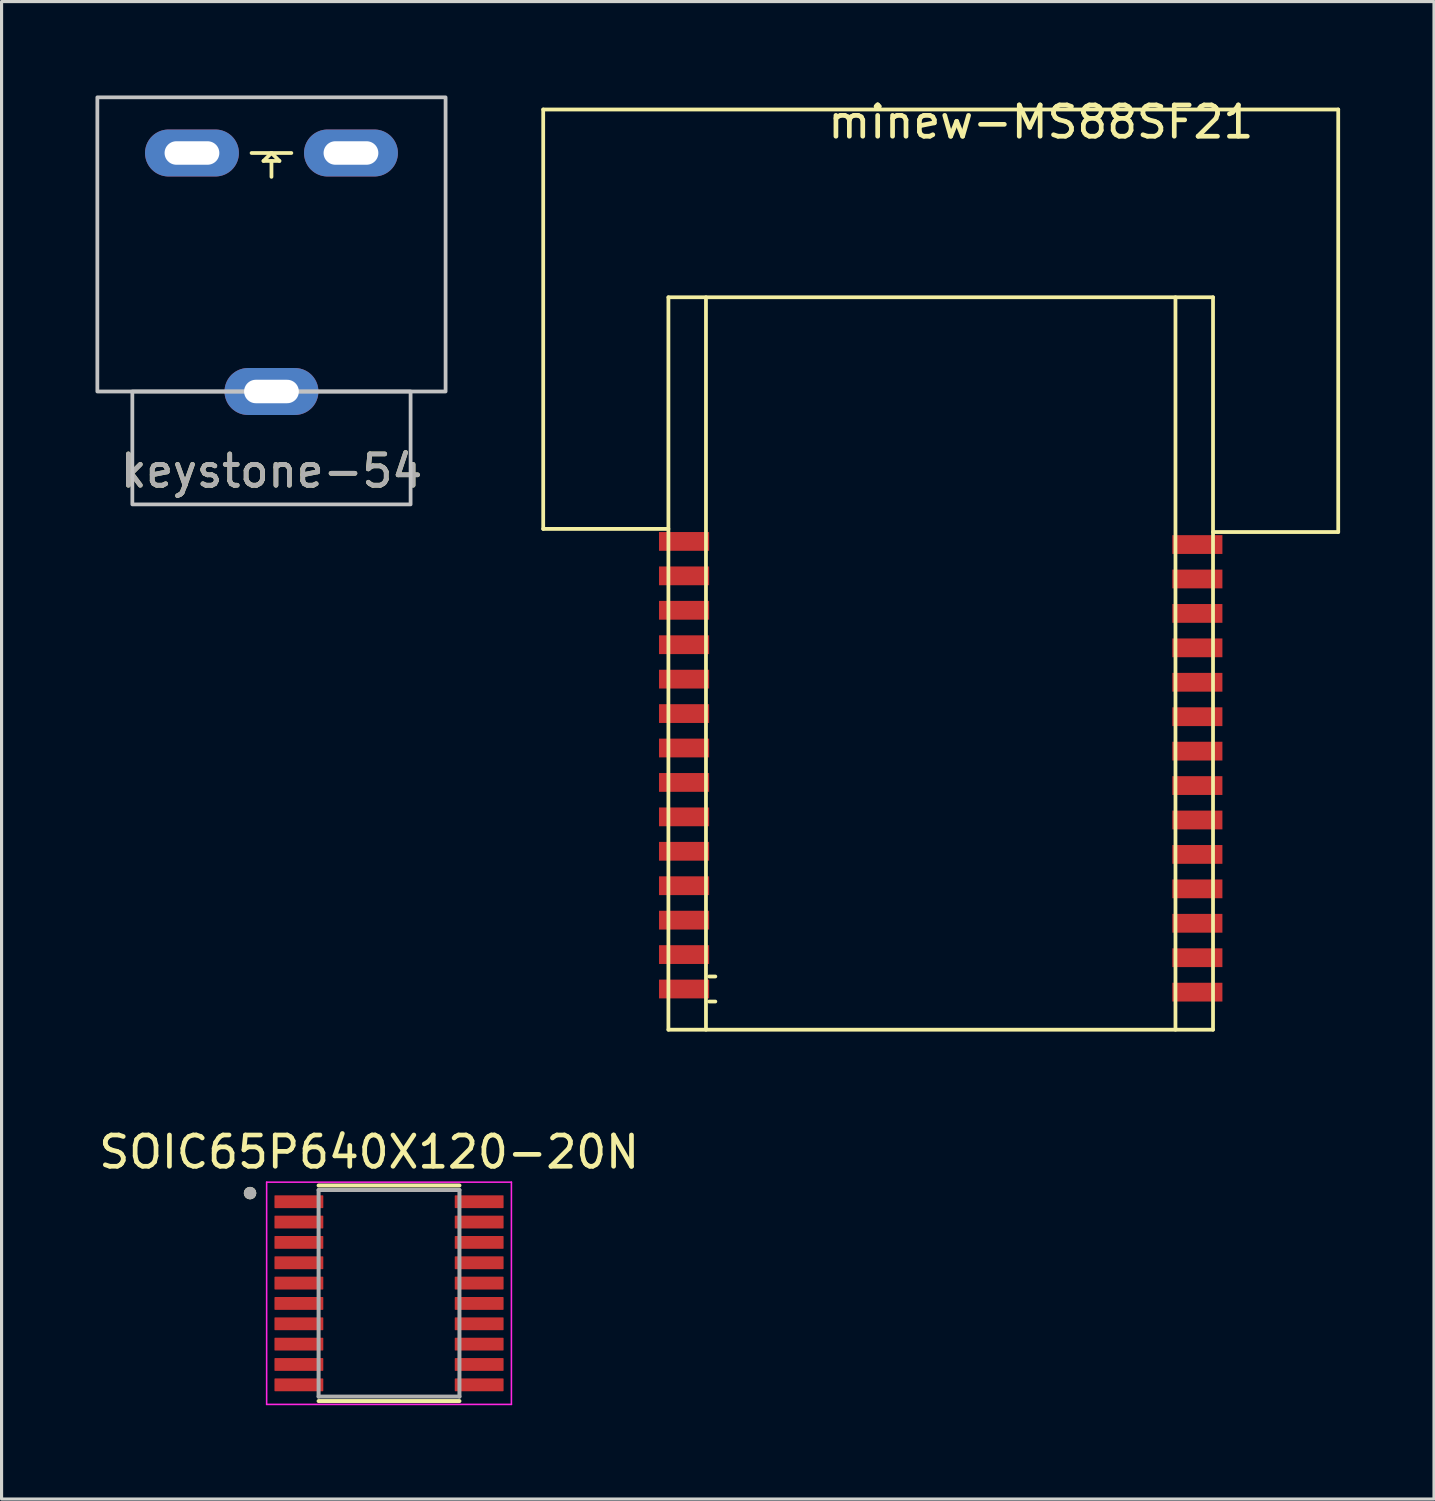
<source format=kicad_pcb>
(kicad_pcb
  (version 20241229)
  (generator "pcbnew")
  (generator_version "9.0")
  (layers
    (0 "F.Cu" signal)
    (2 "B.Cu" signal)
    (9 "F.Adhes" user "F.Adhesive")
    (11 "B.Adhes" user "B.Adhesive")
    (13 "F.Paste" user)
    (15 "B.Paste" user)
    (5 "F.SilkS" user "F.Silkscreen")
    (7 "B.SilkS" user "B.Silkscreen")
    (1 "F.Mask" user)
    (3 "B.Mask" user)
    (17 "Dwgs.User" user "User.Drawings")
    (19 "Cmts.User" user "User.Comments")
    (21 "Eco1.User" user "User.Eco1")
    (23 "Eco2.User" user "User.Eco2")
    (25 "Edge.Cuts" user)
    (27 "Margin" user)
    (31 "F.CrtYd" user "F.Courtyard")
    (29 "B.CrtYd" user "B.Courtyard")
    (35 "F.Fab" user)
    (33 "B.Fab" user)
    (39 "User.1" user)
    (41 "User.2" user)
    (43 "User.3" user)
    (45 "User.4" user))
  (footprint "keystone-54"
    (layer "F.Cu")
    (at 5.623 1.838)
    (property "Reference" "keystone-54" (at 0 10.16 0) (unlocked yes) (layer "F.SilkS") (effects (font (size 1 1) (thickness 0.15))))
    (attr through_hole)
    (fp_line (start -0.635 0) (end 0.635 0) (stroke (width 0.12) (type solid)) (layer "F.SilkS"))
    (fp_line (start -0.254 0.254) (end 0.254 0.254) (stroke (width 0.12) (type solid)) (layer "F.SilkS"))
    (fp_line (start 0 0) (end -0.254 0.254) (stroke (width 0.12) (type solid)) (layer "F.SilkS"))
    (fp_line (start 0 0.254) (end 0 0.762) (stroke (width 0.12) (type solid)) (layer "F.SilkS"))
    (fp_line (start 0.254 0.254) (end 0 0) (stroke (width 0.12) (type solid)) (layer "F.SilkS"))
    (fp_rect (start 4.445 11.227) (end -4.445 7.62) (stroke (width 0.12) (type solid)) (fill no) (layer "Dwgs.User"))
    (fp_rect (start 5.563 7.62) (end -5.563 -1.778) (stroke (width 0.12) (type solid)) (fill no) (layer "Dwgs.User"))
    (fp_line (start -5.563 -1.778) (end 5.563 -1.778) (stroke (width 0.05) (type solid)) (layer "F.CrtYd"))
    (fp_line (start -5.563 7.62) (end -5.563 -1.778) (stroke (width 0.05) (type solid)) (layer "F.CrtYd"))
    (fp_line (start -4.445 7.62) (end -5.563 7.62) (stroke (width 0.05) (type solid)) (layer "F.CrtYd"))
    (fp_line (start -4.445 11.227) (end -4.445 7.62) (stroke (width 0.05) (type solid)) (layer "F.CrtYd"))
    (fp_line (start 4.445 7.62) (end 4.445 11.227) (stroke (width 0.05) (type solid)) (layer "F.CrtYd"))
    (fp_line (start 4.445 11.227) (end -4.445 11.227) (stroke (width 0.05) (type solid)) (layer "F.CrtYd"))
    (fp_line (start 5.563 -1.778) (end 5.563 7.62) (stroke (width 0.05) (type solid)) (layer "F.CrtYd"))
    (fp_line (start 5.563 7.62) (end 4.445 7.62) (stroke (width 0.05) (type solid)) (layer "F.CrtYd"))
    (fp_text user "${REFERENCE}" (at 0 10.16 0) (unlocked yes) (layer "F.Fab") (effects (font (size 1 1) (thickness 0.15))))
    (pad "1" thru_hole oval (at -2.54 0 180) (size 3 1.5) (drill oval 1.75 0.75) (layers "*.Cu" "*.Mask"))
    (pad "1" thru_hole oval (at 0 7.62 180) (size 3 1.5) (drill oval 1.75 0.75) (layers "*.Cu" "*.Mask"))
    (pad "1" thru_hole oval (at 2.54 0 180) (size 3 1.5) (drill oval 1.75 0.75) (layers "*.Cu" "*.Mask")))
  (footprint "minew-MS88SF21"
    (layer "F.Cu")
    (at 27.005 6.448)
    (property "Reference" "minew-MS88SF21" (at 3.2 -5.6 0) (layer "F.SilkS") (effects (font (size 1 1) (thickness 0.15))))
    (attr through_hole)
    (fp_line (start -12.7 -6) (end 12.7 -6) (stroke (width 0.12) (type solid)) (layer "F.SilkS"))
    (fp_line (start -12.7 7.4) (end -12.7 -6) (stroke (width 0.12) (type solid)) (layer "F.SilkS"))
    (fp_line (start -8.7 0) (end 8.7 0) (stroke (width 0.12) (type solid)) (layer "F.SilkS"))
    (fp_line (start -8.7 7.4) (end -12.7 7.4) (stroke (width 0.12) (type solid)) (layer "F.SilkS"))
    (fp_line (start -8.7 23.4) (end -8.7 0) (stroke (width 0.12) (type solid)) (layer "F.SilkS"))
    (fp_line (start -7.5 23.4) (end -7.5 0) (stroke (width 0.12) (type solid)) (layer "F.SilkS"))
    (fp_line (start -7.4 21.7) (end -7.2 21.7) (stroke (width 0.12) (type solid)) (layer "F.SilkS"))
    (fp_line (start -7.4 22.5) (end -7.2 22.5) (stroke (width 0.12) (type solid)) (layer "F.SilkS"))
    (fp_line (start 7.5 0) (end 7.5 23.4) (stroke (width 0.12) (type solid)) (layer "F.SilkS"))
    (fp_line (start 8.7 0) (end 8.7 23.4) (stroke (width 0.12) (type solid)) (layer "F.SilkS"))
    (fp_line (start 8.7 7.5) (end 12.7 7.5) (stroke (width 0.12) (type solid)) (layer "F.SilkS"))
    (fp_line (start 8.7 23.4) (end -8.7 23.4) (stroke (width 0.12) (type solid)) (layer "F.SilkS"))
    (fp_line (start 12.7 7.5) (end 12.7 -6) (stroke (width 0.12) (type solid)) (layer "F.SilkS"))
    (pad "1" smd rect (at -8.2 7.8) (size 1.6 0.6) (layers "F.Cu" "F.Mask" "F.Paste"))
    (pad "2" smd rect (at -8.2 8.9) (size 1.6 0.6) (layers "F.Cu" "F.Mask" "F.Paste"))
    (pad "3" smd rect (at -8.2 10) (size 1.6 0.6) (layers "F.Cu" "F.Mask" "F.Paste"))
    (pad "4" smd rect (at -8.2 11.1) (size 1.6 0.6) (layers "F.Cu" "F.Mask" "F.Paste"))
    (pad "5" smd rect (at -8.2 12.2) (size 1.6 0.6) (layers "F.Cu" "F.Mask" "F.Paste"))
    (pad "6" smd rect (at -8.2 13.3) (size 1.6 0.6) (layers "F.Cu" "F.Mask" "F.Paste"))
    (pad "7" smd rect (at -8.2 14.4) (size 1.6 0.6) (layers "F.Cu" "F.Mask" "F.Paste"))
    (pad "8" smd rect (at -8.2 15.5) (size 1.6 0.6) (layers "F.Cu" "F.Mask" "F.Paste"))
    (pad "9" smd rect (at -8.2 16.6) (size 1.6 0.6) (layers "F.Cu" "F.Mask" "F.Paste"))
    (pad "10" smd rect (at -8.2 17.7) (size 1.6 0.6) (layers "F.Cu" "F.Mask" "F.Paste"))
    (pad "11" smd rect (at -8.2 18.8) (size 1.6 0.6) (layers "F.Cu" "F.Mask" "F.Paste"))
    (pad "12" smd rect (at -8.2 19.9) (size 1.6 0.6) (layers "F.Cu" "F.Mask" "F.Paste"))
    (pad "13" smd rect (at -8.2 21) (size 1.6 0.6) (layers "F.Cu" "F.Mask" "F.Paste"))
    (pad "14" smd rect (at -8.2 22.1) (size 1.6 0.6) (layers "F.Cu" "F.Mask" "F.Paste"))
    (pad "15" smd rect (at 8.2 7.9) (size 1.6 0.6) (layers "F.Cu" "F.Mask" "F.Paste"))
    (pad "16" smd rect (at 8.2 9) (size 1.6 0.6) (layers "F.Cu" "F.Mask" "F.Paste"))
    (pad "17" smd rect (at 8.2 10.1) (size 1.6 0.6) (layers "F.Cu" "F.Mask" "F.Paste"))
    (pad "18" smd rect (at 8.2 11.2) (size 1.6 0.6) (layers "F.Cu" "F.Mask" "F.Paste"))
    (pad "19" smd rect (at 8.2 12.3) (size 1.6 0.6) (layers "F.Cu" "F.Mask" "F.Paste"))
    (pad "20" smd rect (at 8.2 13.4) (size 1.6 0.6) (layers "F.Cu" "F.Mask" "F.Paste"))
    (pad "21" smd rect (at 8.2 14.5) (size 1.6 0.6) (layers "F.Cu" "F.Mask" "F.Paste"))
    (pad "22" smd rect (at 8.2 15.6) (size 1.6 0.6) (layers "F.Cu" "F.Mask" "F.Paste"))
    (pad "23" smd rect (at 8.2 16.7) (size 1.6 0.6) (layers "F.Cu" "F.Mask" "F.Paste"))
    (pad "24" smd rect (at 8.2 17.8) (size 1.6 0.6) (layers "F.Cu" "F.Mask" "F.Paste"))
    (pad "25" smd rect (at 8.2 18.9) (size 1.6 0.6) (layers "F.Cu" "F.Mask" "F.Paste"))
    (pad "26" smd rect (at 8.2 20) (size 1.6 0.6) (layers "F.Cu" "F.Mask" "F.Paste"))
    (pad "27" smd rect (at 8.2 21.1) (size 1.6 0.6) (layers "F.Cu" "F.Mask" "F.Paste"))
    (pad "28" smd rect (at 8.2 22.2) (size 1.6 0.6) (layers "F.Cu" "F.Mask" "F.Paste")))
  (footprint "SOIC65P640X120-20N"
    (layer "F.Cu")
    (at 9.379 38.269)
    (property "Reference" "SOIC65P640X120-20N" (at -0.635 -4.512 0) (layer "F.SilkS") (effects (font (size 1 1) (thickness 0.15))))
    (attr through_hole)
    (fp_line (start -2.25 -3.444) (end 2.25 -3.444) (stroke (width 0.127) (type solid)) (layer "F.SilkS"))
    (fp_line (start -2.25 3.444) (end 2.25 3.444) (stroke (width 0.127) (type solid)) (layer "F.SilkS"))
    (fp_circle (center -4.44 -3.2) (end -4.34 -3.2) (stroke (width 0.2) (type solid)) (fill no) (layer "F.SilkS"))
    (fp_line (start -3.91 -3.55) (end -3.91 3.55) (stroke (width 0.05) (type solid)) (layer "F.CrtYd"))
    (fp_line (start -3.91 -3.55) (end 3.91 -3.55) (stroke (width 0.05) (type solid)) (layer "F.CrtYd"))
    (fp_line (start -3.91 3.55) (end 3.91 3.55) (stroke (width 0.05) (type solid)) (layer "F.CrtYd"))
    (fp_line (start 3.91 -3.55) (end 3.91 3.55) (stroke (width 0.05) (type solid)) (layer "F.CrtYd"))
    (fp_line (start -2.25 -3.3) (end -2.25 3.3) (stroke (width 0.127) (type solid)) (layer "F.Fab"))
    (fp_line (start -2.25 -3.3) (end 2.25 -3.3) (stroke (width 0.127) (type solid)) (layer "F.Fab"))
    (fp_line (start -2.25 3.3) (end 2.25 3.3) (stroke (width 0.127) (type solid)) (layer "F.Fab"))
    (fp_line (start 2.25 -3.3) (end 2.25 3.3) (stroke (width 0.127) (type solid)) (layer "F.Fab"))
    (fp_circle (center -4.44 -3.2) (end -4.34 -3.2) (stroke (width 0.2) (type solid)) (fill no) (layer "F.Fab"))
    (pad "1" smd roundrect (at -2.88 -2.925) (size 1.56 0.41) (layers "F.Cu" "F.Mask" "F.Paste") (roundrect_rratio 0.05))
    (pad "2" smd roundrect (at -2.88 -2.275) (size 1.56 0.41) (layers "F.Cu" "F.Mask" "F.Paste") (roundrect_rratio 0.05))
    (pad "3" smd roundrect (at -2.88 -1.625) (size 1.56 0.41) (layers "F.Cu" "F.Mask" "F.Paste") (roundrect_rratio 0.05))
    (pad "4" smd roundrect (at -2.88 -0.975) (size 1.56 0.41) (layers "F.Cu" "F.Mask" "F.Paste") (roundrect_rratio 0.05))
    (pad "5" smd roundrect (at -2.88 -0.325) (size 1.56 0.41) (layers "F.Cu" "F.Mask" "F.Paste") (roundrect_rratio 0.05))
    (pad "6" smd roundrect (at -2.88 0.325) (size 1.56 0.41) (layers "F.Cu" "F.Mask" "F.Paste") (roundrect_rratio 0.05))
    (pad "7" smd roundrect (at -2.88 0.975) (size 1.56 0.41) (layers "F.Cu" "F.Mask" "F.Paste") (roundrect_rratio 0.05))
    (pad "8" smd roundrect (at -2.88 1.625) (size 1.56 0.41) (layers "F.Cu" "F.Mask" "F.Paste") (roundrect_rratio 0.05))
    (pad "9" smd roundrect (at -2.88 2.275) (size 1.56 0.41) (layers "F.Cu" "F.Mask" "F.Paste") (roundrect_rratio 0.05))
    (pad "10" smd roundrect (at -2.88 2.925) (size 1.56 0.41) (layers "F.Cu" "F.Mask" "F.Paste") (roundrect_rratio 0.05))
    (pad "11" smd roundrect (at 2.88 2.925) (size 1.56 0.41) (layers "F.Cu" "F.Mask" "F.Paste") (roundrect_rratio 0.05))
    (pad "12" smd roundrect (at 2.88 2.275) (size 1.56 0.41) (layers "F.Cu" "F.Mask" "F.Paste") (roundrect_rratio 0.05))
    (pad "13" smd roundrect (at 2.88 1.625) (size 1.56 0.41) (layers "F.Cu" "F.Mask" "F.Paste") (roundrect_rratio 0.05))
    (pad "14" smd roundrect (at 2.88 0.975) (size 1.56 0.41) (layers "F.Cu" "F.Mask" "F.Paste") (roundrect_rratio 0.05))
    (pad "15" smd roundrect (at 2.88 0.325) (size 1.56 0.41) (layers "F.Cu" "F.Mask" "F.Paste") (roundrect_rratio 0.05))
    (pad "16" smd roundrect (at 2.88 -0.325) (size 1.56 0.41) (layers "F.Cu" "F.Mask" "F.Paste") (roundrect_rratio 0.05))
    (pad "17" smd roundrect (at 2.88 -0.975) (size 1.56 0.41) (layers "F.Cu" "F.Mask" "F.Paste") (roundrect_rratio 0.05))
    (pad "18" smd roundrect (at 2.88 -1.625) (size 1.56 0.41) (layers "F.Cu" "F.Mask" "F.Paste") (roundrect_rratio 0.05))
    (pad "19" smd roundrect (at 2.88 -2.275) (size 1.56 0.41) (layers "F.Cu" "F.Mask" "F.Paste") (roundrect_rratio 0.05))
    (pad "20" smd roundrect (at 2.88 -2.925) (size 1.56 0.41) (layers "F.Cu" "F.Mask" "F.Paste") (roundrect_rratio 0.05)))
  (gr_rect
    (start -3 -3)
    (end 42.765 44.843)
    (stroke (width 0.1) (type default))
    (fill no)
    (layer "Edge.Cuts")))
</source>
